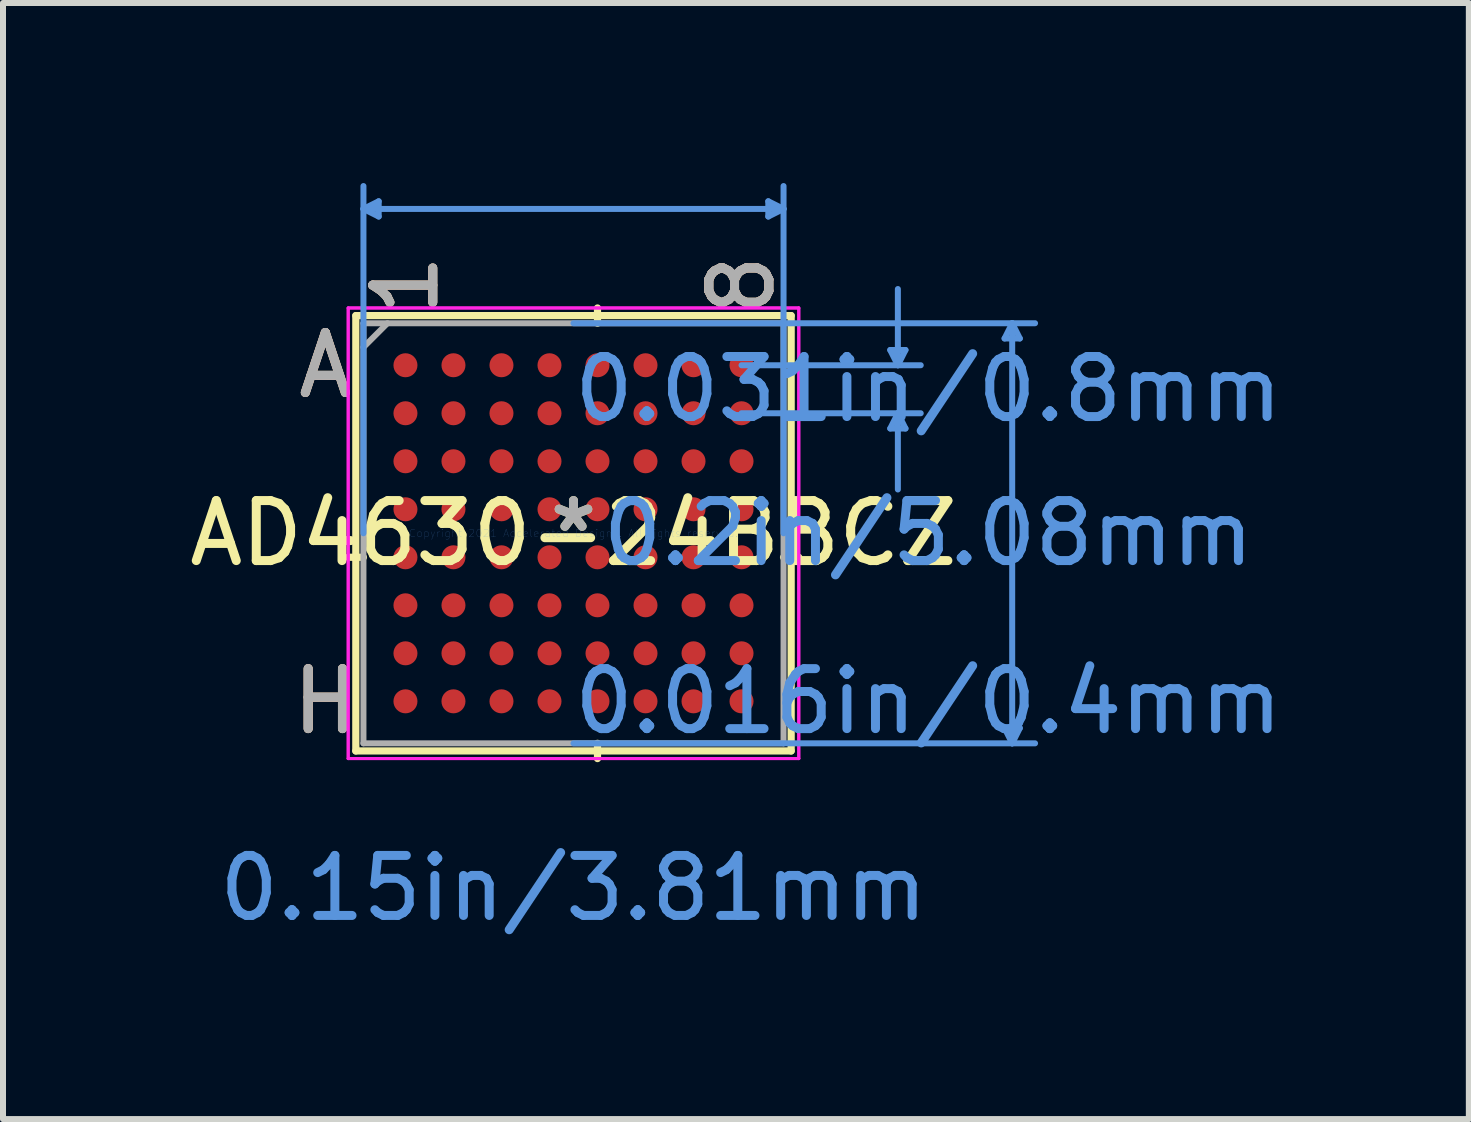
<source format=kicad_pcb>
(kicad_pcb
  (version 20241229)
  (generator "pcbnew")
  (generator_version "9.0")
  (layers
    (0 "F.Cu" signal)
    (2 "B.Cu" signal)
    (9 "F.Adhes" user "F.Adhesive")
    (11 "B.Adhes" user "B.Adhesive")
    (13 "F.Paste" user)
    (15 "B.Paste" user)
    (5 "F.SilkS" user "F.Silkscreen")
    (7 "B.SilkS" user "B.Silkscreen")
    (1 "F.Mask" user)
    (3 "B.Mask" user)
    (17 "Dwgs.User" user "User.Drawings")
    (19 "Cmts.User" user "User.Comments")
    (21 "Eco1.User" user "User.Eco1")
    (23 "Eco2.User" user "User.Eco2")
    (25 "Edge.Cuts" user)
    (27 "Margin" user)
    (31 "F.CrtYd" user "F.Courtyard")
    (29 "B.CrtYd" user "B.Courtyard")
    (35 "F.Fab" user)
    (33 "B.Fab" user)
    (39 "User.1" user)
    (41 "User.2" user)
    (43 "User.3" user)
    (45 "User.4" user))
  (footprint "AD4630-24BBCZ"
    (layer "F.Cu")
    (at 6.506 5.836)
    (property "Reference" "AD4630-24BBCZ" (at 0 0 0) (layer "F.SilkS") (effects (font (size 1 1) (thickness 0.15))))
    (attr through_hole)
    (fp_line (start -3.627 -3.627) (end -3.627 3.627) (stroke (width 0.12) (type solid)) (layer "F.SilkS"))
    (fp_line (start -3.627 3.627) (end 3.627 3.627) (stroke (width 0.12) (type solid)) (layer "F.SilkS"))
    (fp_line (start -3.5 0.4) (end -3.754 0.4) (stroke (width 0.12) (type solid)) (layer "F.SilkS"))
    (fp_line (start 0.4 -3.5) (end 0.4 -3.754) (stroke (width 0.12) (type solid)) (layer "F.SilkS"))
    (fp_line (start 0.4 3.5) (end 0.4 3.754) (stroke (width 0.12) (type solid)) (layer "F.SilkS"))
    (fp_line (start 3.5 0.4) (end 3.754 0.4) (stroke (width 0.12) (type solid)) (layer "F.SilkS"))
    (fp_line (start 3.627 -3.627) (end -3.627 -3.627) (stroke (width 0.12) (type solid)) (layer "F.SilkS"))
    (fp_line (start 3.627 3.627) (end 3.627 -3.627) (stroke (width 0.12) (type solid)) (layer "F.SilkS"))
    (fp_line (start -3.5 -5.405) (end -3.246 -5.532) (stroke (width 0.1) (type solid)) (layer "Cmts.User"))
    (fp_line (start -3.5 -5.405) (end -3.246 -5.278) (stroke (width 0.1) (type solid)) (layer "Cmts.User"))
    (fp_line (start -3.5 -5.405) (end 3.5 -5.405) (stroke (width 0.1) (type solid)) (layer "Cmts.User"))
    (fp_line (start -3.5 0) (end -3.5 -5.786) (stroke (width 0.1) (type solid)) (layer "Cmts.User"))
    (fp_line (start -3.246 -5.532) (end -3.246 -5.278) (stroke (width 0.1) (type solid)) (layer "Cmts.User"))
    (fp_line (start 0 -3.5) (end 7.691 -3.5) (stroke (width 0.1) (type solid)) (layer "Cmts.User"))
    (fp_line (start 0 3.5) (end 7.691 3.5) (stroke (width 0.1) (type solid)) (layer "Cmts.User"))
    (fp_line (start 2.8 -2.8) (end 5.786 -2.8) (stroke (width 0.1) (type solid)) (layer "Cmts.User"))
    (fp_line (start 2.8 -2) (end 5.786 -2) (stroke (width 0.1) (type solid)) (layer "Cmts.User"))
    (fp_line (start 3.246 -5.532) (end 3.246 -5.278) (stroke (width 0.1) (type solid)) (layer "Cmts.User"))
    (fp_line (start 3.5 -5.405) (end 3.246 -5.532) (stroke (width 0.1) (type solid)) (layer "Cmts.User"))
    (fp_line (start 3.5 -5.405) (end 3.246 -5.278) (stroke (width 0.1) (type solid)) (layer "Cmts.User"))
    (fp_line (start 3.5 0) (end 3.5 -5.786) (stroke (width 0.1) (type solid)) (layer "Cmts.User"))
    (fp_line (start 5.278 -3.054) (end 5.532 -3.054) (stroke (width 0.1) (type solid)) (layer "Cmts.User"))
    (fp_line (start 5.278 -1.746) (end 5.532 -1.746) (stroke (width 0.1) (type solid)) (layer "Cmts.User"))
    (fp_line (start 5.405 -2.8) (end 5.278 -3.054) (stroke (width 0.1) (type solid)) (layer "Cmts.User"))
    (fp_line (start 5.405 -2.8) (end 5.405 -4.07) (stroke (width 0.1) (type solid)) (layer "Cmts.User"))
    (fp_line (start 5.405 -2.8) (end 5.532 -3.054) (stroke (width 0.1) (type solid)) (layer "Cmts.User"))
    (fp_line (start 5.405 -2) (end 5.278 -1.746) (stroke (width 0.1) (type solid)) (layer "Cmts.User"))
    (fp_line (start 5.405 -2) (end 5.405 -0.73) (stroke (width 0.1) (type solid)) (layer "Cmts.User"))
    (fp_line (start 5.405 -2) (end 5.532 -1.746) (stroke (width 0.1) (type solid)) (layer "Cmts.User"))
    (fp_line (start 7.183 -3.246) (end 7.437 -3.246) (stroke (width 0.1) (type solid)) (layer "Cmts.User"))
    (fp_line (start 7.183 3.246) (end 7.437 3.246) (stroke (width 0.1) (type solid)) (layer "Cmts.User"))
    (fp_line (start 7.31 -3.5) (end 7.183 -3.246) (stroke (width 0.1) (type solid)) (layer "Cmts.User"))
    (fp_line (start 7.31 -3.5) (end 7.31 3.5) (stroke (width 0.1) (type solid)) (layer "Cmts.User"))
    (fp_line (start 7.31 -3.5) (end 7.437 -3.246) (stroke (width 0.1) (type solid)) (layer "Cmts.User"))
    (fp_line (start 7.31 3.5) (end 7.183 3.246) (stroke (width 0.1) (type solid)) (layer "Cmts.User"))
    (fp_line (start 7.31 3.5) (end 7.437 3.246) (stroke (width 0.1) (type solid)) (layer "Cmts.User"))
    (fp_line (start -3.754 -3.754) (end 3.754 -3.754) (stroke (width 0.05) (type solid)) (layer "F.CrtYd"))
    (fp_line (start -3.754 -3.754) (end 3.754 -3.754) (stroke (width 0.05) (type solid)) (layer "F.CrtYd"))
    (fp_line (start -3.754 3.754) (end -3.754 -3.754) (stroke (width 0.05) (type solid)) (layer "F.CrtYd"))
    (fp_line (start -3.754 3.754) (end -3.754 -3.754) (stroke (width 0.05) (type solid)) (layer "F.CrtYd"))
    (fp_line (start 3.754 -3.754) (end 3.754 3.754) (stroke (width 0.05) (type solid)) (layer "F.CrtYd"))
    (fp_line (start 3.754 -3.754) (end 3.754 3.754) (stroke (width 0.05) (type solid)) (layer "F.CrtYd"))
    (fp_line (start 3.754 3.754) (end -3.754 3.754) (stroke (width 0.05) (type solid)) (layer "F.CrtYd"))
    (fp_line (start 3.754 3.754) (end -3.754 3.754) (stroke (width 0.05) (type solid)) (layer "F.CrtYd"))
    (fp_line (start -3.5 -3.5) (end -3.5 3.5) (stroke (width 0.1) (type solid)) (layer "F.Fab"))
    (fp_line (start -3.5 3.5) (end 3.5 3.5) (stroke (width 0.1) (type solid)) (layer "F.Fab"))
    (fp_line (start -3.1 -3.5) (end -3.5 -3.1) (stroke (width 0.1) (type solid)) (layer "F.Fab"))
    (fp_line (start 3.5 -3.5) (end -3.5 -3.5) (stroke (width 0.1) (type solid)) (layer "F.Fab"))
    (fp_line (start 3.5 3.5) (end 3.5 -3.5) (stroke (width 0.1) (type solid)) (layer "F.Fab"))
    (fp_text user "*" (at 0 0 0) (layer "F.SilkS") (effects (font (size 1 1) (thickness 0.15))))
    (fp_text user "H" (at -4.135 2.8 0) (layer "F.SilkS") (effects (font (size 1 1) (thickness 0.15))))
    (fp_text user "A" (at -4.135 -2.8 0) (layer "F.SilkS") (effects (font (size 1 1) (thickness 0.15))))
    (fp_text user "8" (at 2.8 -4.135 90) (layer "F.SilkS") (effects (font (size 1 1) (thickness 0.15))))
    (fp_text user "1" (at -2.8 -4.135 90) (layer "F.SilkS") (effects (font (size 1 1) (thickness 0.15))))
    (fp_text user "A" (at -4.135 -2.8 0) (layer "B.SilkS") (effects (font (size 1 1) (thickness 0.15))))
    (fp_text user "8" (at 2.8 -4.135 90) (layer "B.SilkS") (effects (font (size 1 1) (thickness 0.15))))
    (fp_text user "1" (at -2.8 -4.135 90) (layer "B.SilkS") (effects (font (size 1 1) (thickness 0.15))))
    (fp_text user "H" (at -4.135 2.8 0) (layer "B.SilkS") (effects (font (size 1 1) (thickness 0.15))))
    (fp_text user "0.016in/0.4mm" (at 5.913 2.8 0) (layer "Cmts.User") (effects (font (size 1 1) (thickness 0.15))))
    (fp_text user "0.031in/0.8mm" (at 5.913 -2.4 0) (layer "Cmts.User") (effects (font (size 1 1) (thickness 0.15))))
    (fp_text user "0.2in/5.08mm" (at 5.913 0 0) (layer "Cmts.User") (effects (font (size 1 1) (thickness 0.15))))
    (fp_text user "0.15in/3.81mm" (at 0 5.913 0) (layer "Cmts.User") (effects (font (size 1 1) (thickness 0.15))))
    (fp_text user "Copyright 2021 Accelerated Designs. All rights reserved." (at 0 0 0) (layer "Cmts.User") (effects (font (size 0.127 0.127) (thickness 0.002))))
    (fp_text user "8" (at 2.8 -4.135 90) (layer "F.Fab") (effects (font (size 1 1) (thickness 0.15))))
    (fp_text user "H" (at -4.135 2.8 0) (layer "F.Fab") (effects (font (size 1 1) (thickness 0.15))))
    (fp_text user "1" (at -2.8 -4.135 90) (layer "F.Fab") (effects (font (size 1 1) (thickness 0.15))))
    (fp_text user "A" (at -4.135 -2.8 0) (layer "F.Fab") (effects (font (size 1 1) (thickness 0.15))))
    (fp_text user "*" (at 0 0 0) (layer "F.Fab") (effects (font (size 1 1) (thickness 0.15))))
    (pad "A1" smd circle (at -2.8 -2.8) (size 0.4 0.4) (layers "F.Cu" "F.Mask" "F.Paste"))
    (pad "A2" smd circle (at -2 -2.8) (size 0.4 0.4) (layers "F.Cu" "F.Mask" "F.Paste"))
    (pad "A3" smd circle (at -1.2 -2.8) (size 0.4 0.4) (layers "F.Cu" "F.Mask" "F.Paste"))
    (pad "A4" smd circle (at -0.4 -2.8) (size 0.4 0.4) (layers "F.Cu" "F.Mask" "F.Paste"))
    (pad "A5" smd circle (at 0.4 -2.8) (size 0.4 0.4) (layers "F.Cu" "F.Mask" "F.Paste"))
    (pad "A6" smd circle (at 1.2 -2.8) (size 0.4 0.4) (layers "F.Cu" "F.Mask" "F.Paste"))
    (pad "A7" smd circle (at 2 -2.8) (size 0.4 0.4) (layers "F.Cu" "F.Mask" "F.Paste"))
    (pad "A8" smd circle (at 2.8 -2.8) (size 0.4 0.4) (layers "F.Cu" "F.Mask" "F.Paste"))
    (pad "B1" smd circle (at -2.8 -2) (size 0.4 0.4) (layers "F.Cu" "F.Mask" "F.Paste"))
    (pad "B2" smd circle (at -2 -2) (size 0.4 0.4) (layers "F.Cu" "F.Mask" "F.Paste"))
    (pad "B3" smd circle (at -1.2 -2) (size 0.4 0.4) (layers "F.Cu" "F.Mask" "F.Paste"))
    (pad "B4" smd circle (at -0.4 -2) (size 0.4 0.4) (layers "F.Cu" "F.Mask" "F.Paste"))
    (pad "B5" smd circle (at 0.4 -2) (size 0.4 0.4) (layers "F.Cu" "F.Mask" "F.Paste"))
    (pad "B6" smd circle (at 1.2 -2) (size 0.4 0.4) (layers "F.Cu" "F.Mask" "F.Paste"))
    (pad "B7" smd circle (at 2 -2) (size 0.4 0.4) (layers "F.Cu" "F.Mask" "F.Paste"))
    (pad "B8" smd circle (at 2.8 -2) (size 0.4 0.4) (layers "F.Cu" "F.Mask" "F.Paste"))
    (pad "C1" smd circle (at -2.8 -1.2) (size 0.4 0.4) (layers "F.Cu" "F.Mask" "F.Paste"))
    (pad "C2" smd circle (at -2 -1.2) (size 0.4 0.4) (layers "F.Cu" "F.Mask" "F.Paste"))
    (pad "C3" smd circle (at -1.2 -1.2) (size 0.4 0.4) (layers "F.Cu" "F.Mask" "F.Paste"))
    (pad "C4" smd circle (at -0.4 -1.2) (size 0.4 0.4) (layers "F.Cu" "F.Mask" "F.Paste"))
    (pad "C5" smd circle (at 0.4 -1.2) (size 0.4 0.4) (layers "F.Cu" "F.Mask" "F.Paste"))
    (pad "C6" smd circle (at 1.2 -1.2) (size 0.4 0.4) (layers "F.Cu" "F.Mask" "F.Paste"))
    (pad "C7" smd circle (at 2 -1.2) (size 0.4 0.4) (layers "F.Cu" "F.Mask" "F.Paste"))
    (pad "C8" smd circle (at 2.8 -1.2) (size 0.4 0.4) (layers "F.Cu" "F.Mask" "F.Paste"))
    (pad "D1" smd circle (at -2.8 -0.4) (size 0.4 0.4) (layers "F.Cu" "F.Mask" "F.Paste"))
    (pad "D2" smd circle (at -2 -0.4) (size 0.4 0.4) (layers "F.Cu" "F.Mask" "F.Paste"))
    (pad "D3" smd circle (at -1.2 -0.4) (size 0.4 0.4) (layers "F.Cu" "F.Mask" "F.Paste"))
    (pad "D4" smd circle (at -0.4 -0.4) (size 0.4 0.4) (layers "F.Cu" "F.Mask" "F.Paste"))
    (pad "D5" smd circle (at 0.4 -0.4) (size 0.4 0.4) (layers "F.Cu" "F.Mask" "F.Paste"))
    (pad "D6" smd circle (at 1.2 -0.4) (size 0.4 0.4) (layers "F.Cu" "F.Mask" "F.Paste"))
    (pad "D7" smd circle (at 2 -0.4) (size 0.4 0.4) (layers "F.Cu" "F.Mask" "F.Paste"))
    (pad "D8" smd circle (at 2.8 -0.4) (size 0.4 0.4) (layers "F.Cu" "F.Mask" "F.Paste"))
    (pad "E1" smd circle (at -2.8 0.4) (size 0.4 0.4) (layers "F.Cu" "F.Mask" "F.Paste"))
    (pad "E2" smd circle (at -2 0.4) (size 0.4 0.4) (layers "F.Cu" "F.Mask" "F.Paste"))
    (pad "E3" smd circle (at -1.2 0.4) (size 0.4 0.4) (layers "F.Cu" "F.Mask" "F.Paste"))
    (pad "E4" smd circle (at -0.4 0.4) (size 0.4 0.4) (layers "F.Cu" "F.Mask" "F.Paste"))
    (pad "E5" smd circle (at 0.4 0.4) (size 0.4 0.4) (layers "F.Cu" "F.Mask" "F.Paste"))
    (pad "E6" smd circle (at 1.2 0.4) (size 0.4 0.4) (layers "F.Cu" "F.Mask" "F.Paste"))
    (pad "E7" smd circle (at 2 0.4) (size 0.4 0.4) (layers "F.Cu" "F.Mask" "F.Paste"))
    (pad "E8" smd circle (at 2.8 0.4) (size 0.4 0.4) (layers "F.Cu" "F.Mask" "F.Paste"))
    (pad "F1" smd circle (at -2.8 1.2) (size 0.4 0.4) (layers "F.Cu" "F.Mask" "F.Paste"))
    (pad "F2" smd circle (at -2 1.2) (size 0.4 0.4) (layers "F.Cu" "F.Mask" "F.Paste"))
    (pad "F3" smd circle (at -1.2 1.2) (size 0.4 0.4) (layers "F.Cu" "F.Mask" "F.Paste"))
    (pad "F4" smd circle (at -0.4 1.2) (size 0.4 0.4) (layers "F.Cu" "F.Mask" "F.Paste"))
    (pad "F5" smd circle (at 0.4 1.2) (size 0.4 0.4) (layers "F.Cu" "F.Mask" "F.Paste"))
    (pad "F6" smd circle (at 1.2 1.2) (size 0.4 0.4) (layers "F.Cu" "F.Mask" "F.Paste"))
    (pad "F7" smd circle (at 2 1.2) (size 0.4 0.4) (layers "F.Cu" "F.Mask" "F.Paste"))
    (pad "F8" smd circle (at 2.8 1.2) (size 0.4 0.4) (layers "F.Cu" "F.Mask" "F.Paste"))
    (pad "G1" smd circle (at -2.8 2) (size 0.4 0.4) (layers "F.Cu" "F.Mask" "F.Paste"))
    (pad "G2" smd circle (at -2 2) (size 0.4 0.4) (layers "F.Cu" "F.Mask" "F.Paste"))
    (pad "G3" smd circle (at -1.2 2) (size 0.4 0.4) (layers "F.Cu" "F.Mask" "F.Paste"))
    (pad "G4" smd circle (at -0.4 2) (size 0.4 0.4) (layers "F.Cu" "F.Mask" "F.Paste"))
    (pad "G5" smd circle (at 0.4 2) (size 0.4 0.4) (layers "F.Cu" "F.Mask" "F.Paste"))
    (pad "G6" smd circle (at 1.2 2) (size 0.4 0.4) (layers "F.Cu" "F.Mask" "F.Paste"))
    (pad "G7" smd circle (at 2 2) (size 0.4 0.4) (layers "F.Cu" "F.Mask" "F.Paste"))
    (pad "G8" smd circle (at 2.8 2) (size 0.4 0.4) (layers "F.Cu" "F.Mask" "F.Paste"))
    (pad "H1" smd circle (at -2.8 2.8) (size 0.4 0.4) (layers "F.Cu" "F.Mask" "F.Paste"))
    (pad "H2" smd circle (at -2 2.8) (size 0.4 0.4) (layers "F.Cu" "F.Mask" "F.Paste"))
    (pad "H3" smd circle (at -1.2 2.8) (size 0.4 0.4) (layers "F.Cu" "F.Mask" "F.Paste"))
    (pad "H4" smd circle (at -0.4 2.8) (size 0.4 0.4) (layers "F.Cu" "F.Mask" "F.Paste"))
    (pad "H5" smd circle (at 0.4 2.8) (size 0.4 0.4) (layers "F.Cu" "F.Mask" "F.Paste"))
    (pad "H6" smd circle (at 1.2 2.8) (size 0.4 0.4) (layers "F.Cu" "F.Mask" "F.Paste"))
    (pad "H7" smd circle (at 2 2.8) (size 0.4 0.4) (layers "F.Cu" "F.Mask" "F.Paste"))
    (pad "H8" smd circle (at 2.8 2.8) (size 0.4 0.4) (layers "F.Cu" "F.Mask" "F.Paste")))
  (gr_rect
    (start -3 -3)
    (end 21.425 15.597)
    (stroke (width 0.1) (type default))
    (fill no)
    (layer "Edge.Cuts")))
</source>
